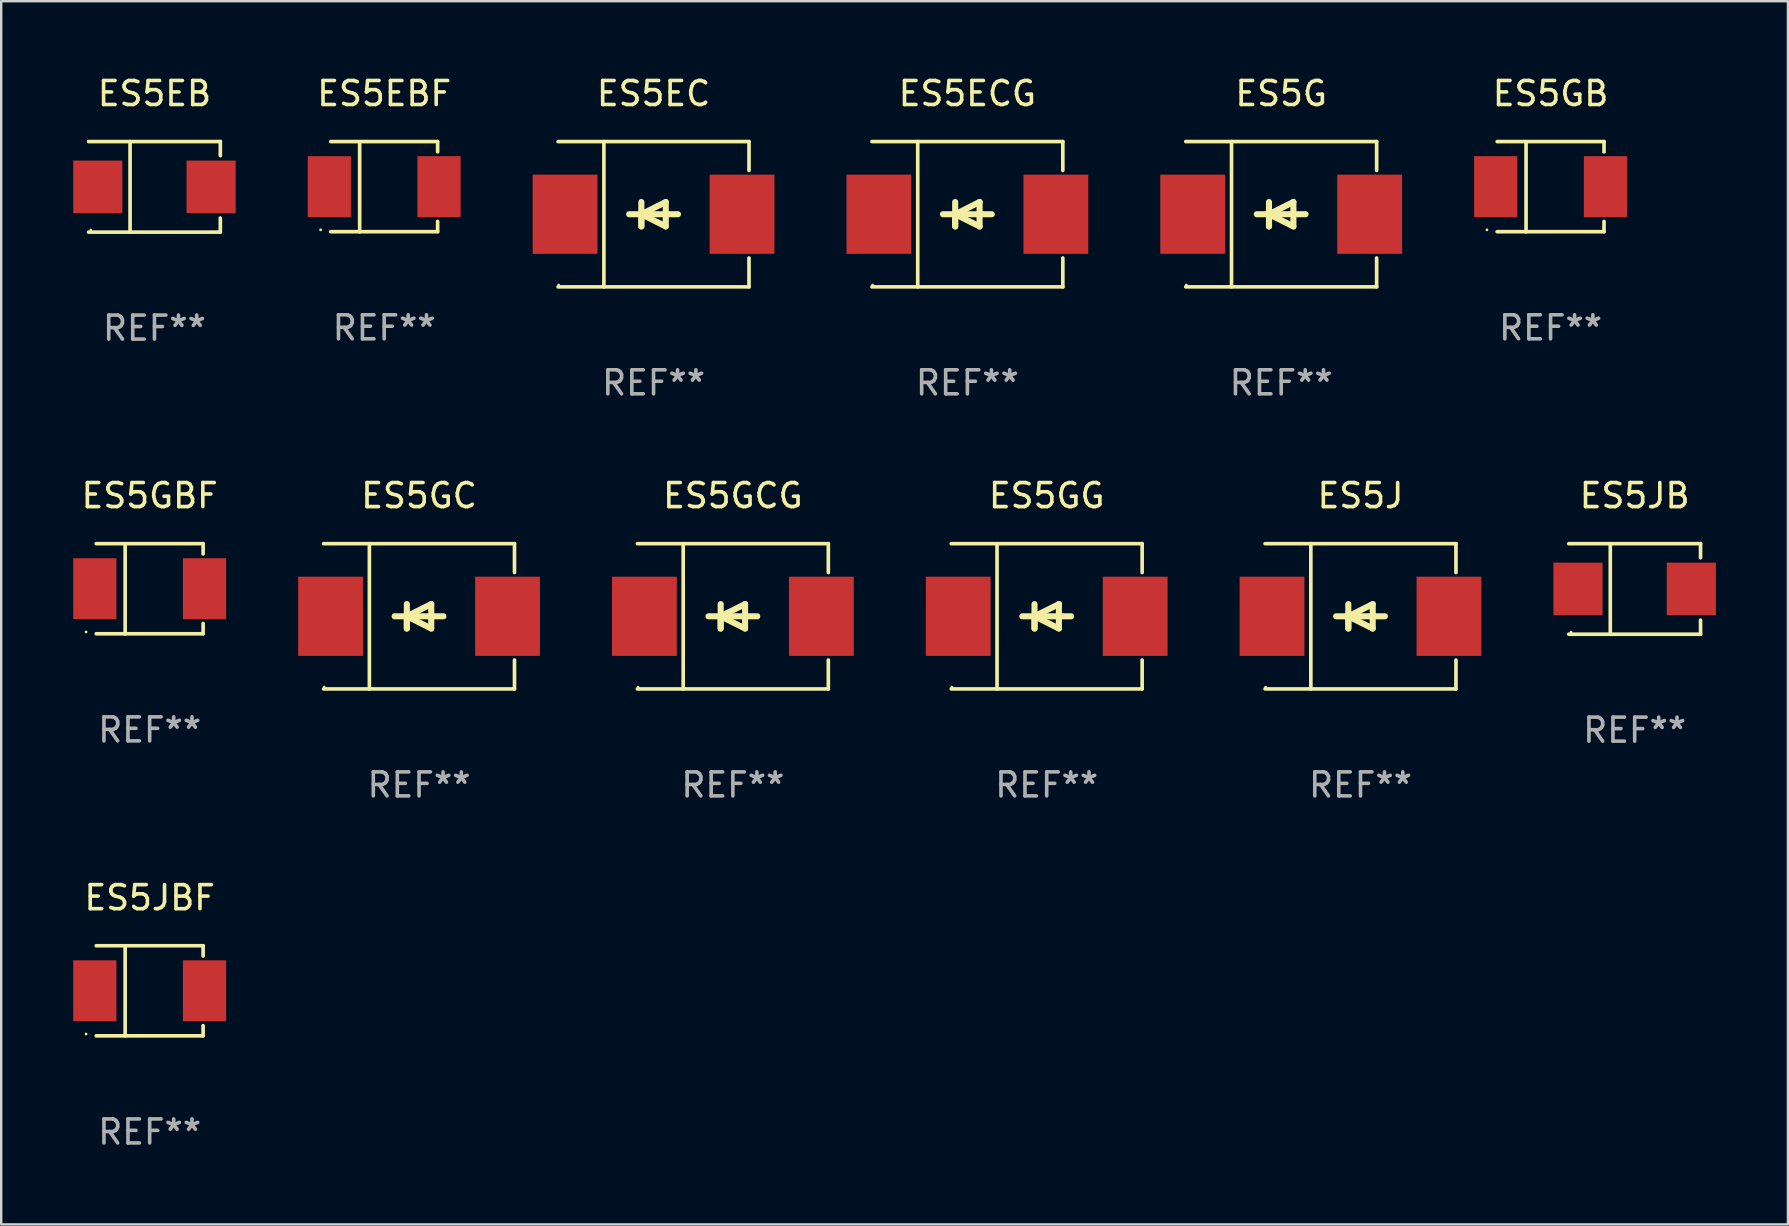
<source format=kicad_pcb>
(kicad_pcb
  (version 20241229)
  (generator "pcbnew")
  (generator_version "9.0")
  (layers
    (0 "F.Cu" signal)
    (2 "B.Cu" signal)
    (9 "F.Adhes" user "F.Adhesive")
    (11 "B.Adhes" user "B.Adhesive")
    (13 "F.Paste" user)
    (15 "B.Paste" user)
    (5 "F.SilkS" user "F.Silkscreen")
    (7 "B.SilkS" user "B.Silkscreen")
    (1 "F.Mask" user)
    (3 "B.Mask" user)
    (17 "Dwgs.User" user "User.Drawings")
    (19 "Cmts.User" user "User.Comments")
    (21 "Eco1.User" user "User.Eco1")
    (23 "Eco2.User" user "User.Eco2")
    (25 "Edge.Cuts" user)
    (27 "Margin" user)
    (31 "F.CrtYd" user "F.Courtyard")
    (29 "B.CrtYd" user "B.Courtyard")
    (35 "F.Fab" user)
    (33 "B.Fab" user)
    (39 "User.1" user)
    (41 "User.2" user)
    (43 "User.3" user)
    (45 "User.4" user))
  (footprint "ES5JBF"
    (layer "F.Cu")
    (at 3.185 38.226)
    (property "Reference" "ES5JBF" (at 0 -3.88 0) (layer "F.SilkS") (effects (font (size 1 1) (thickness 0.15))))
    (attr through_hole)
    (fp_line (start -2.226 -1.88) (end 2.226 -1.88) (stroke (width 0.152) (type solid)) (layer "F.SilkS"))
    (fp_line (start -2.226 1.873) (end 2.226 1.873) (stroke (width 0.152) (type solid)) (layer "F.SilkS"))
    (fp_line (start -1.022 -1.873) (end -1.022 1.88) (stroke (width 0.152) (type solid)) (layer "F.SilkS"))
    (fp_line (start 2.226 -1.88) (end 2.226 -1.453) (stroke (width 0.152) (type solid)) (layer "F.SilkS"))
    (fp_line (start 2.226 1.447) (end 2.226 1.873) (stroke (width 0.152) (type solid)) (layer "F.SilkS"))
    (fp_circle (center -2.65 1.797) (end -2.62 1.797) (stroke (width 0.06) (type solid)) (fill no) (layer "F.SilkS"))
    (fp_text user "REF**" (at 0 5.88 0) (layer "F.Fab") (effects (font (size 1 1) (thickness 0.15))))
    (pad "1" smd rect (at -2.285 -0.003) (size 1.8 2.54) (layers "F.Cu" "F.Mask" "F.Paste"))
    (pad "2" smd rect (at 2.285 -0.003) (size 1.8 2.54) (layers "F.Cu" "F.Mask" "F.Paste")))
  (footprint "ES5EC"
    (layer "F.Cu")
    (at 24.175 5.874)
    (property "Reference" "ES5EC" (at 0 -5.026 0) (layer "F.SilkS") (effects (font (size 1 1) (thickness 0.15))))
    (attr through_hole)
    (fp_line (start -3.976 -3.026) (end 3.976 -3.026) (stroke (width 0.152) (type solid)) (layer "F.SilkS"))
    (fp_line (start -3.976 3.026) (end 3.976 3.026) (stroke (width 0.152) (type solid)) (layer "F.SilkS"))
    (fp_line (start -2.069 -3.026) (end -2.069 3.026) (stroke (width 0.152) (type solid)) (layer "F.SilkS"))
    (fp_line (start -0.508 0) (end -0.508 0.508) (stroke (width 0.254) (type solid)) (layer "F.SilkS"))
    (fp_line (start -0.508 0) (end 0.508 0.508) (stroke (width 0.254) (type solid)) (layer "F.SilkS"))
    (fp_line (start -0.508 0.508) (end -0.508 -0.508) (stroke (width 0.254) (type solid)) (layer "F.SilkS"))
    (fp_line (start 0.508 -0.508) (end -0.508 0) (stroke (width 0.254) (type solid)) (layer "F.SilkS"))
    (fp_line (start 0.508 0.508) (end 0.508 -0.508) (stroke (width 0.254) (type solid)) (layer "F.SilkS"))
    (fp_line (start 1.016 0) (end -1.016 0) (stroke (width 0.254) (type solid)) (layer "F.SilkS"))
    (fp_line (start 3.976 -3.026) (end 3.976 -1.823) (stroke (width 0.152) (type solid)) (layer "F.SilkS"))
    (fp_line (start 3.976 3.026) (end 3.976 1.823) (stroke (width 0.152) (type solid)) (layer "F.SilkS"))
    (fp_circle (center -3.95 2.95) (end -3.92 2.95) (stroke (width 0.06) (type solid)) (fill no) (layer "F.SilkS"))
    (fp_text user "REF**" (at 0 7.026 0) (layer "F.Fab") (effects (font (size 1 1) (thickness 0.15))))
    (pad "1" smd rect (at -3.686 0) (size 2.7 3.3) (layers "F.Cu" "F.Mask" "F.Paste"))
    (pad "2" smd rect (at 3.686 0) (size 2.7 3.3) (layers "F.Cu" "F.Mask" "F.Paste")))
  (footprint "ES5GC"
    (layer "F.Cu")
    (at 14.406 22.623)
    (property "Reference" "ES5GC" (at 0 -5.026 0) (layer "F.SilkS") (effects (font (size 1 1) (thickness 0.15))))
    (attr through_hole)
    (fp_line (start -3.976 -3.026) (end 3.976 -3.026) (stroke (width 0.152) (type solid)) (layer "F.SilkS"))
    (fp_line (start -3.976 3.026) (end 3.976 3.026) (stroke (width 0.152) (type solid)) (layer "F.SilkS"))
    (fp_line (start -2.069 -3.026) (end -2.069 3.026) (stroke (width 0.152) (type solid)) (layer "F.SilkS"))
    (fp_line (start -0.508 0) (end -0.508 0.508) (stroke (width 0.254) (type solid)) (layer "F.SilkS"))
    (fp_line (start -0.508 0) (end 0.508 0.508) (stroke (width 0.254) (type solid)) (layer "F.SilkS"))
    (fp_line (start -0.508 0.508) (end -0.508 -0.508) (stroke (width 0.254) (type solid)) (layer "F.SilkS"))
    (fp_line (start 0.508 -0.508) (end -0.508 0) (stroke (width 0.254) (type solid)) (layer "F.SilkS"))
    (fp_line (start 0.508 0.508) (end 0.508 -0.508) (stroke (width 0.254) (type solid)) (layer "F.SilkS"))
    (fp_line (start 1.016 0) (end -1.016 0) (stroke (width 0.254) (type solid)) (layer "F.SilkS"))
    (fp_line (start 3.976 -3.026) (end 3.976 -1.823) (stroke (width 0.152) (type solid)) (layer "F.SilkS"))
    (fp_line (start 3.976 3.026) (end 3.976 1.823) (stroke (width 0.152) (type solid)) (layer "F.SilkS"))
    (fp_circle (center -3.95 2.95) (end -3.92 2.95) (stroke (width 0.06) (type solid)) (fill no) (layer "F.SilkS"))
    (fp_text user "REF**" (at 0 7.026 0) (layer "F.Fab") (effects (font (size 1 1) (thickness 0.15))))
    (pad "1" smd rect (at -3.686 0) (size 2.7 3.3) (layers "F.Cu" "F.Mask" "F.Paste"))
    (pad "2" smd rect (at 3.686 0) (size 2.7 3.3) (layers "F.Cu" "F.Mask" "F.Paste")))
  (footprint "ES5GBF"
    (layer "F.Cu")
    (at 3.185 21.477)
    (property "Reference" "ES5GBF" (at 0 -3.88 0) (layer "F.SilkS") (effects (font (size 1 1) (thickness 0.15))))
    (attr through_hole)
    (fp_line (start -2.226 -1.88) (end 2.226 -1.88) (stroke (width 0.152) (type solid)) (layer "F.SilkS"))
    (fp_line (start -2.226 1.873) (end 2.226 1.873) (stroke (width 0.152) (type solid)) (layer "F.SilkS"))
    (fp_line (start -1.022 -1.873) (end -1.022 1.88) (stroke (width 0.152) (type solid)) (layer "F.SilkS"))
    (fp_line (start 2.226 -1.88) (end 2.226 -1.453) (stroke (width 0.152) (type solid)) (layer "F.SilkS"))
    (fp_line (start 2.226 1.447) (end 2.226 1.873) (stroke (width 0.152) (type solid)) (layer "F.SilkS"))
    (fp_circle (center -2.65 1.797) (end -2.62 1.797) (stroke (width 0.06) (type solid)) (fill no) (layer "F.SilkS"))
    (fp_text user "REF**" (at 0 5.88 0) (layer "F.Fab") (effects (font (size 1 1) (thickness 0.15))))
    (pad "1" smd rect (at -2.285 -0.003) (size 1.8 2.54) (layers "F.Cu" "F.Mask" "F.Paste"))
    (pad "2" smd rect (at 2.285 -0.003) (size 1.8 2.54) (layers "F.Cu" "F.Mask" "F.Paste")))
  (footprint "ES5ECG"
    (layer "F.Cu")
    (at 37.248 5.874)
    (property "Reference" "ES5ECG" (at 0 -5.026 0) (layer "F.SilkS") (effects (font (size 1 1) (thickness 0.15))))
    (attr through_hole)
    (fp_line (start -3.976 -3.026) (end 3.976 -3.026) (stroke (width 0.152) (type solid)) (layer "F.SilkS"))
    (fp_line (start -3.976 3.026) (end 3.976 3.026) (stroke (width 0.152) (type solid)) (layer "F.SilkS"))
    (fp_line (start -2.069 -3.026) (end -2.069 3.026) (stroke (width 0.152) (type solid)) (layer "F.SilkS"))
    (fp_line (start -0.508 0) (end -0.508 0.508) (stroke (width 0.254) (type solid)) (layer "F.SilkS"))
    (fp_line (start -0.508 0) (end 0.508 0.508) (stroke (width 0.254) (type solid)) (layer "F.SilkS"))
    (fp_line (start -0.508 0.508) (end -0.508 -0.508) (stroke (width 0.254) (type solid)) (layer "F.SilkS"))
    (fp_line (start 0.508 -0.508) (end -0.508 0) (stroke (width 0.254) (type solid)) (layer "F.SilkS"))
    (fp_line (start 0.508 0.508) (end 0.508 -0.508) (stroke (width 0.254) (type solid)) (layer "F.SilkS"))
    (fp_line (start 1.016 0) (end -1.016 0) (stroke (width 0.254) (type solid)) (layer "F.SilkS"))
    (fp_line (start 3.976 -3.026) (end 3.976 -1.823) (stroke (width 0.152) (type solid)) (layer "F.SilkS"))
    (fp_line (start 3.976 3.026) (end 3.976 1.823) (stroke (width 0.152) (type solid)) (layer "F.SilkS"))
    (fp_circle (center -3.95 2.95) (end -3.92 2.95) (stroke (width 0.06) (type solid)) (fill no) (layer "F.SilkS"))
    (fp_text user "REF**" (at 0 7.026 0) (layer "F.Fab") (effects (font (size 1 1) (thickness 0.15))))
    (pad "1" smd rect (at -3.686 0) (size 2.7 3.3) (layers "F.Cu" "F.Mask" "F.Paste"))
    (pad "2" smd rect (at 3.686 0) (size 2.7 3.3) (layers "F.Cu" "F.Mask" "F.Paste")))
  (footprint "ES5EBF"
    (layer "F.Cu")
    (at 12.954 4.728)
    (property "Reference" "ES5EBF" (at 0 -3.88 0) (layer "F.SilkS") (effects (font (size 1 1) (thickness 0.15))))
    (attr through_hole)
    (fp_line (start -2.226 -1.88) (end 2.226 -1.88) (stroke (width 0.152) (type solid)) (layer "F.SilkS"))
    (fp_line (start -2.226 1.873) (end 2.226 1.873) (stroke (width 0.152) (type solid)) (layer "F.SilkS"))
    (fp_line (start -1.022 -1.873) (end -1.022 1.88) (stroke (width 0.152) (type solid)) (layer "F.SilkS"))
    (fp_line (start 2.226 -1.88) (end 2.226 -1.453) (stroke (width 0.152) (type solid)) (layer "F.SilkS"))
    (fp_line (start 2.226 1.447) (end 2.226 1.873) (stroke (width 0.152) (type solid)) (layer "F.SilkS"))
    (fp_circle (center -2.65 1.797) (end -2.62 1.797) (stroke (width 0.06) (type solid)) (fill no) (layer "F.SilkS"))
    (fp_text user "REF**" (at 0 5.88 0) (layer "F.Fab") (effects (font (size 1 1) (thickness 0.15))))
    (pad "1" smd rect (at -2.285 -0.003) (size 1.8 2.54) (layers "F.Cu" "F.Mask" "F.Paste"))
    (pad "2" smd rect (at 2.285 -0.003) (size 1.8 2.54) (layers "F.Cu" "F.Mask" "F.Paste")))
  (footprint "ES5EB"
    (layer "F.Cu")
    (at 3.384 4.734)
    (property "Reference" "ES5EB" (at 0 -3.886 0) (layer "F.SilkS") (effects (font (size 1 1) (thickness 0.15))))
    (attr through_hole)
    (fp_line (start -2.744 -1.886) (end 2.744 -1.886) (stroke (width 0.152) (type solid)) (layer "F.SilkS"))
    (fp_line (start -2.744 1.886) (end 2.744 1.886) (stroke (width 0.152) (type solid)) (layer "F.SilkS"))
    (fp_line (start -1.016 -1.886) (end -1.016 1.886) (stroke (width 0.152) (type solid)) (layer "F.SilkS"))
    (fp_line (start 2.744 -1.886) (end 2.744 -1.299) (stroke (width 0.152) (type solid)) (layer "F.SilkS"))
    (fp_line (start 2.744 1.886) (end 2.744 1.299) (stroke (width 0.152) (type solid)) (layer "F.SilkS"))
    (fp_circle (center -2.65 1.8) (end -2.62 1.8) (stroke (width 0.06) (type solid)) (fill no) (layer "F.SilkS"))
    (fp_text user "REF**" (at 0 5.886 0) (layer "F.Fab") (effects (font (size 1 1) (thickness 0.15))))
    (pad "1" smd rect (at -2.361 0) (size 2.047 2.192) (layers "F.Cu" "F.Mask" "F.Paste"))
    (pad "2" smd rect (at 2.361 0) (size 2.047 2.192) (layers "F.Cu" "F.Mask" "F.Paste")))
  (footprint "ES5J"
    (layer "F.Cu")
    (at 53.624 22.623)
    (property "Reference" "ES5J" (at 0 -5.026 0) (layer "F.SilkS") (effects (font (size 1 1) (thickness 0.15))))
    (attr through_hole)
    (fp_line (start -3.976 -3.026) (end 3.976 -3.026) (stroke (width 0.152) (type solid)) (layer "F.SilkS"))
    (fp_line (start -3.976 3.026) (end 3.976 3.026) (stroke (width 0.152) (type solid)) (layer "F.SilkS"))
    (fp_line (start -2.069 -3.026) (end -2.069 3.026) (stroke (width 0.152) (type solid)) (layer "F.SilkS"))
    (fp_line (start -0.508 0) (end -0.508 0.508) (stroke (width 0.254) (type solid)) (layer "F.SilkS"))
    (fp_line (start -0.508 0) (end 0.508 0.508) (stroke (width 0.254) (type solid)) (layer "F.SilkS"))
    (fp_line (start -0.508 0.508) (end -0.508 -0.508) (stroke (width 0.254) (type solid)) (layer "F.SilkS"))
    (fp_line (start 0.508 -0.508) (end -0.508 0) (stroke (width 0.254) (type solid)) (layer "F.SilkS"))
    (fp_line (start 0.508 0.508) (end 0.508 -0.508) (stroke (width 0.254) (type solid)) (layer "F.SilkS"))
    (fp_line (start 1.016 0) (end -1.016 0) (stroke (width 0.254) (type solid)) (layer "F.SilkS"))
    (fp_line (start 3.976 -3.026) (end 3.976 -1.823) (stroke (width 0.152) (type solid)) (layer "F.SilkS"))
    (fp_line (start 3.976 3.026) (end 3.976 1.823) (stroke (width 0.152) (type solid)) (layer "F.SilkS"))
    (fp_circle (center -3.95 2.95) (end -3.92 2.95) (stroke (width 0.06) (type solid)) (fill no) (layer "F.SilkS"))
    (fp_text user "REF**" (at 0 7.026 0) (layer "F.Fab") (effects (font (size 1 1) (thickness 0.15))))
    (pad "1" smd rect (at -3.686 0) (size 2.7 3.3) (layers "F.Cu" "F.Mask" "F.Paste"))
    (pad "2" smd rect (at 3.686 0) (size 2.7 3.3) (layers "F.Cu" "F.Mask" "F.Paste")))
  (footprint "ES5JB"
    (layer "F.Cu")
    (at 65.045 21.483)
    (property "Reference" "ES5JB" (at 0 -3.886 0) (layer "F.SilkS") (effects (font (size 1 1) (thickness 0.15))))
    (attr through_hole)
    (fp_line (start -2.744 -1.886) (end 2.744 -1.886) (stroke (width 0.152) (type solid)) (layer "F.SilkS"))
    (fp_line (start -2.744 1.886) (end 2.744 1.886) (stroke (width 0.152) (type solid)) (layer "F.SilkS"))
    (fp_line (start -1.016 -1.886) (end -1.016 1.886) (stroke (width 0.152) (type solid)) (layer "F.SilkS"))
    (fp_line (start 2.744 -1.886) (end 2.744 -1.299) (stroke (width 0.152) (type solid)) (layer "F.SilkS"))
    (fp_line (start 2.744 1.886) (end 2.744 1.299) (stroke (width 0.152) (type solid)) (layer "F.SilkS"))
    (fp_circle (center -2.65 1.8) (end -2.62 1.8) (stroke (width 0.06) (type solid)) (fill no) (layer "F.SilkS"))
    (fp_text user "REF**" (at 0 5.886 0) (layer "F.Fab") (effects (font (size 1 1) (thickness 0.15))))
    (pad "1" smd rect (at -2.361 0) (size 2.047 2.192) (layers "F.Cu" "F.Mask" "F.Paste"))
    (pad "2" smd rect (at 2.361 0) (size 2.047 2.192) (layers "F.Cu" "F.Mask" "F.Paste")))
  (footprint "ES5GB"
    (layer "F.Cu")
    (at 61.542 4.728)
    (property "Reference" "ES5GB" (at 0 -3.88 0) (layer "F.SilkS") (effects (font (size 1 1) (thickness 0.15))))
    (attr through_hole)
    (fp_line (start -2.226 -1.88) (end 2.226 -1.88) (stroke (width 0.152) (type solid)) (layer "F.SilkS"))
    (fp_line (start -2.226 1.873) (end 2.226 1.873) (stroke (width 0.152) (type solid)) (layer "F.SilkS"))
    (fp_line (start -1.022 -1.873) (end -1.022 1.88) (stroke (width 0.152) (type solid)) (layer "F.SilkS"))
    (fp_line (start 2.226 -1.88) (end 2.226 -1.453) (stroke (width 0.152) (type solid)) (layer "F.SilkS"))
    (fp_line (start 2.226 1.447) (end 2.226 1.873) (stroke (width 0.152) (type solid)) (layer "F.SilkS"))
    (fp_circle (center -2.65 1.797) (end -2.62 1.797) (stroke (width 0.06) (type solid)) (fill no) (layer "F.SilkS"))
    (fp_text user "REF**" (at 0 5.88 0) (layer "F.Fab") (effects (font (size 1 1) (thickness 0.15))))
    (pad "1" smd rect (at -2.285 -0.003) (size 1.8 2.54) (layers "F.Cu" "F.Mask" "F.Paste"))
    (pad "2" smd rect (at 2.285 -0.003) (size 1.8 2.54) (layers "F.Cu" "F.Mask" "F.Paste")))
  (footprint "ES5G"
    (layer "F.Cu")
    (at 50.32 5.874)
    (property "Reference" "ES5G" (at 0 -5.026 0) (layer "F.SilkS") (effects (font (size 1 1) (thickness 0.15))))
    (attr through_hole)
    (fp_line (start -3.976 -3.026) (end 3.976 -3.026) (stroke (width 0.152) (type solid)) (layer "F.SilkS"))
    (fp_line (start -3.976 3.026) (end 3.976 3.026) (stroke (width 0.152) (type solid)) (layer "F.SilkS"))
    (fp_line (start -2.069 -3.026) (end -2.069 3.026) (stroke (width 0.152) (type solid)) (layer "F.SilkS"))
    (fp_line (start -0.508 0) (end -0.508 0.508) (stroke (width 0.254) (type solid)) (layer "F.SilkS"))
    (fp_line (start -0.508 0) (end 0.508 0.508) (stroke (width 0.254) (type solid)) (layer "F.SilkS"))
    (fp_line (start -0.508 0.508) (end -0.508 -0.508) (stroke (width 0.254) (type solid)) (layer "F.SilkS"))
    (fp_line (start 0.508 -0.508) (end -0.508 0) (stroke (width 0.254) (type solid)) (layer "F.SilkS"))
    (fp_line (start 0.508 0.508) (end 0.508 -0.508) (stroke (width 0.254) (type solid)) (layer "F.SilkS"))
    (fp_line (start 1.016 0) (end -1.016 0) (stroke (width 0.254) (type solid)) (layer "F.SilkS"))
    (fp_line (start 3.976 -3.026) (end 3.976 -1.823) (stroke (width 0.152) (type solid)) (layer "F.SilkS"))
    (fp_line (start 3.976 3.026) (end 3.976 1.823) (stroke (width 0.152) (type solid)) (layer "F.SilkS"))
    (fp_circle (center -3.95 2.95) (end -3.92 2.95) (stroke (width 0.06) (type solid)) (fill no) (layer "F.SilkS"))
    (fp_text user "REF**" (at 0 7.026 0) (layer "F.Fab") (effects (font (size 1 1) (thickness 0.15))))
    (pad "1" smd rect (at -3.686 0) (size 2.7 3.3) (layers "F.Cu" "F.Mask" "F.Paste"))
    (pad "2" smd rect (at 3.686 0) (size 2.7 3.3) (layers "F.Cu" "F.Mask" "F.Paste")))
  (footprint "ES5GCG"
    (layer "F.Cu")
    (at 27.479 22.623)
    (property "Reference" "ES5GCG" (at 0 -5.026 0) (layer "F.SilkS") (effects (font (size 1 1) (thickness 0.15))))
    (attr through_hole)
    (fp_line (start -3.976 -3.026) (end 3.976 -3.026) (stroke (width 0.152) (type solid)) (layer "F.SilkS"))
    (fp_line (start -3.976 3.026) (end 3.976 3.026) (stroke (width 0.152) (type solid)) (layer "F.SilkS"))
    (fp_line (start -2.069 -3.026) (end -2.069 3.026) (stroke (width 0.152) (type solid)) (layer "F.SilkS"))
    (fp_line (start -0.508 0) (end -0.508 0.508) (stroke (width 0.254) (type solid)) (layer "F.SilkS"))
    (fp_line (start -0.508 0) (end 0.508 0.508) (stroke (width 0.254) (type solid)) (layer "F.SilkS"))
    (fp_line (start -0.508 0.508) (end -0.508 -0.508) (stroke (width 0.254) (type solid)) (layer "F.SilkS"))
    (fp_line (start 0.508 -0.508) (end -0.508 0) (stroke (width 0.254) (type solid)) (layer "F.SilkS"))
    (fp_line (start 0.508 0.508) (end 0.508 -0.508) (stroke (width 0.254) (type solid)) (layer "F.SilkS"))
    (fp_line (start 1.016 0) (end -1.016 0) (stroke (width 0.254) (type solid)) (layer "F.SilkS"))
    (fp_line (start 3.976 -3.026) (end 3.976 -1.823) (stroke (width 0.152) (type solid)) (layer "F.SilkS"))
    (fp_line (start 3.976 3.026) (end 3.976 1.823) (stroke (width 0.152) (type solid)) (layer "F.SilkS"))
    (fp_circle (center -3.95 2.95) (end -3.92 2.95) (stroke (width 0.06) (type solid)) (fill no) (layer "F.SilkS"))
    (fp_text user "REF**" (at 0 7.026 0) (layer "F.Fab") (effects (font (size 1 1) (thickness 0.15))))
    (pad "1" smd rect (at -3.686 0) (size 2.7 3.3) (layers "F.Cu" "F.Mask" "F.Paste"))
    (pad "2" smd rect (at 3.686 0) (size 2.7 3.3) (layers "F.Cu" "F.Mask" "F.Paste")))
  (footprint "ES5GG"
    (layer "F.Cu")
    (at 40.552 22.623)
    (property "Reference" "ES5GG" (at 0 -5.026 0) (layer "F.SilkS") (effects (font (size 1 1) (thickness 0.15))))
    (attr through_hole)
    (fp_line (start -3.976 -3.026) (end 3.976 -3.026) (stroke (width 0.152) (type solid)) (layer "F.SilkS"))
    (fp_line (start -3.976 3.026) (end 3.976 3.026) (stroke (width 0.152) (type solid)) (layer "F.SilkS"))
    (fp_line (start -2.069 -3.026) (end -2.069 3.026) (stroke (width 0.152) (type solid)) (layer "F.SilkS"))
    (fp_line (start -0.508 0) (end -0.508 0.508) (stroke (width 0.254) (type solid)) (layer "F.SilkS"))
    (fp_line (start -0.508 0) (end 0.508 0.508) (stroke (width 0.254) (type solid)) (layer "F.SilkS"))
    (fp_line (start -0.508 0.508) (end -0.508 -0.508) (stroke (width 0.254) (type solid)) (layer "F.SilkS"))
    (fp_line (start 0.508 -0.508) (end -0.508 0) (stroke (width 0.254) (type solid)) (layer "F.SilkS"))
    (fp_line (start 0.508 0.508) (end 0.508 -0.508) (stroke (width 0.254) (type solid)) (layer "F.SilkS"))
    (fp_line (start 1.016 0) (end -1.016 0) (stroke (width 0.254) (type solid)) (layer "F.SilkS"))
    (fp_line (start 3.976 -3.026) (end 3.976 -1.823) (stroke (width 0.152) (type solid)) (layer "F.SilkS"))
    (fp_line (start 3.976 3.026) (end 3.976 1.823) (stroke (width 0.152) (type solid)) (layer "F.SilkS"))
    (fp_circle (center -3.95 2.95) (end -3.92 2.95) (stroke (width 0.06) (type solid)) (fill no) (layer "F.SilkS"))
    (fp_text user "REF**" (at 0 7.026 0) (layer "F.Fab") (effects (font (size 1 1) (thickness 0.15))))
    (pad "1" smd rect (at -3.686 0) (size 2.7 3.3) (layers "F.Cu" "F.Mask" "F.Paste"))
    (pad "2" smd rect (at 3.686 0) (size 2.7 3.3) (layers "F.Cu" "F.Mask" "F.Paste")))
  (gr_rect
    (start -3 -3)
    (end 71.429 47.954)
    (stroke (width 0.1) (type default))
    (fill no)
    (layer "Edge.Cuts")))
</source>
